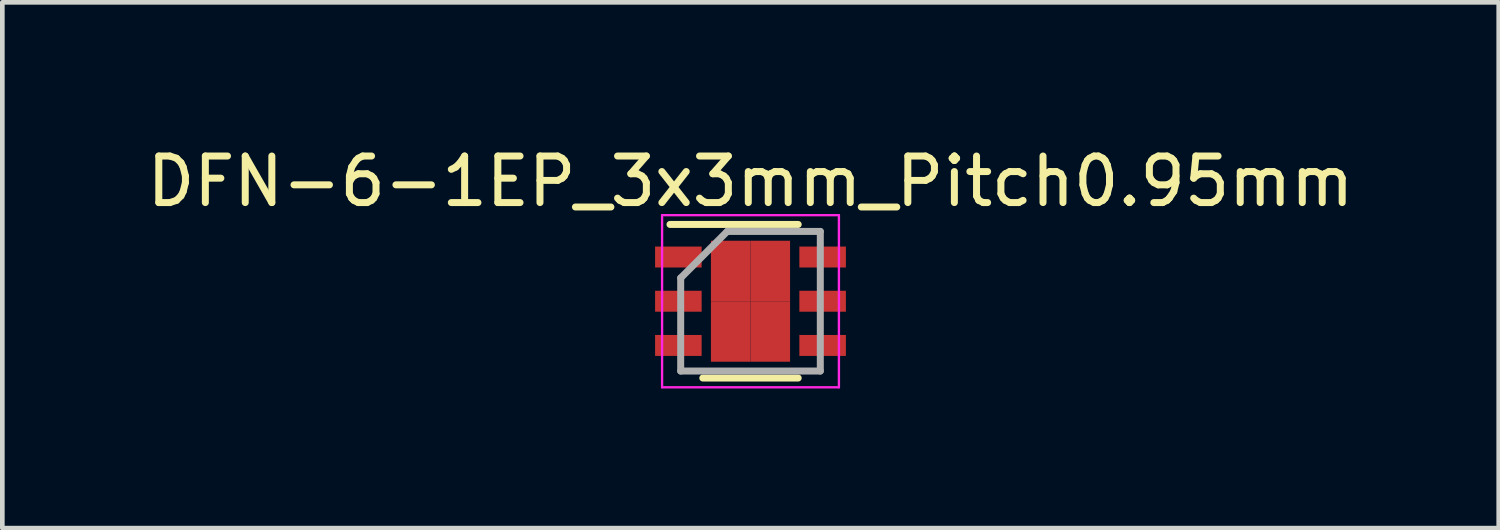
<source format=kicad_pcb>
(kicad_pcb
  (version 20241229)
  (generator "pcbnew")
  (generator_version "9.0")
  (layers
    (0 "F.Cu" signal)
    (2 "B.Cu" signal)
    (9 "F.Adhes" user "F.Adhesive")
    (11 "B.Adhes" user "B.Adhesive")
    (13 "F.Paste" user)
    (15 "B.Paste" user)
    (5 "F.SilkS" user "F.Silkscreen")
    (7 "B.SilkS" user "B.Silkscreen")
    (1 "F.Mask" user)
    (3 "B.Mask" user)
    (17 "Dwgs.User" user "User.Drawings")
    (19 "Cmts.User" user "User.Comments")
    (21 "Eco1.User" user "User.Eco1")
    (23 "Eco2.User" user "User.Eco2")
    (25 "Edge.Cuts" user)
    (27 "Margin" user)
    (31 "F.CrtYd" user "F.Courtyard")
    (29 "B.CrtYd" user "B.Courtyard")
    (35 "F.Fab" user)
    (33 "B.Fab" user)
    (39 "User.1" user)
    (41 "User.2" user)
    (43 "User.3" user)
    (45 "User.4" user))
  (footprint "DFN-6-1EP_3x3mm_Pitch0.95mm"
    (layer "F.Cu")
    (at 13.077 3.423)
    (property "Reference" "DFN-6-1EP_3x3mm_Pitch0.95mm" (at 0 -2.575 0) (layer "F.SilkS") (effects (font (size 1 1) (thickness 0.15))))
    (attr smd)
    (fp_line (start -1.73 -1.65) (end 1.025 -1.65) (stroke (width 0.15) (type solid)) (layer "F.SilkS"))
    (fp_line (start -1.025 1.65) (end 1.025 1.65) (stroke (width 0.15) (type solid)) (layer "F.SilkS"))
    (fp_line (start -1.9 -1.85) (end -1.9 1.85) (stroke (width 0.05) (type solid)) (layer "F.CrtYd"))
    (fp_line (start -1.9 -1.85) (end 1.9 -1.85) (stroke (width 0.05) (type solid)) (layer "F.CrtYd"))
    (fp_line (start -1.9 1.85) (end 1.9 1.85) (stroke (width 0.05) (type solid)) (layer "F.CrtYd"))
    (fp_line (start 1.9 -1.85) (end 1.9 1.85) (stroke (width 0.05) (type solid)) (layer "F.CrtYd"))
    (fp_line (start -1.5 -0.5) (end -0.5 -1.5) (stroke (width 0.15) (type solid)) (layer "F.Fab"))
    (fp_line (start -1.5 1.5) (end -1.5 -0.5) (stroke (width 0.15) (type solid)) (layer "F.Fab"))
    (fp_line (start -0.5 -1.5) (end 1.5 -1.5) (stroke (width 0.15) (type solid)) (layer "F.Fab"))
    (fp_line (start 1.5 -1.5) (end 1.5 1.5) (stroke (width 0.15) (type solid)) (layer "F.Fab"))
    (fp_line (start 1.5 1.5) (end -1.5 1.5) (stroke (width 0.15) (type solid)) (layer "F.Fab"))
    (pad "1" smd rect (at -1.55 -0.95) (size 1 0.45) (layers "F.Cu" "F.Mask" "F.Paste"))
    (pad "2" smd rect (at -1.55 0) (size 1 0.45) (layers "F.Cu" "F.Mask" "F.Paste"))
    (pad "3" smd rect (at -1.55 0.95) (size 1 0.45) (layers "F.Cu" "F.Mask" "F.Paste"))
    (pad "4" smd rect (at 1.55 0.95) (size 1 0.45) (layers "F.Cu" "F.Mask" "F.Paste"))
    (pad "5" smd rect (at 1.55 0) (size 1 0.45) (layers "F.Cu" "F.Mask" "F.Paste"))
    (pad "6" smd rect (at 1.55 -0.95) (size 1 0.45) (layers "F.Cu" "F.Mask" "F.Paste"))
    (pad "7" smd rect (at -0.425 -0.65) (size 0.85 1.3) (layers "F.Cu" "F.Mask" "F.Paste"))
    (pad "7" smd rect (at -0.425 0.65) (size 0.85 1.3) (layers "F.Cu" "F.Mask" "F.Paste"))
    (pad "7" smd rect (at 0.425 -0.65) (size 0.85 1.3) (layers "F.Cu" "F.Mask" "F.Paste"))
    (pad "7" smd rect (at 0.425 0.65) (size 0.85 1.3) (layers "F.Cu" "F.Mask" "F.Paste")))
  (gr_rect
    (start -3 -3)
    (end 29.155 8.298)
    (stroke (width 0.1) (type default))
    (fill no)
    (layer "Edge.Cuts")))
</source>
